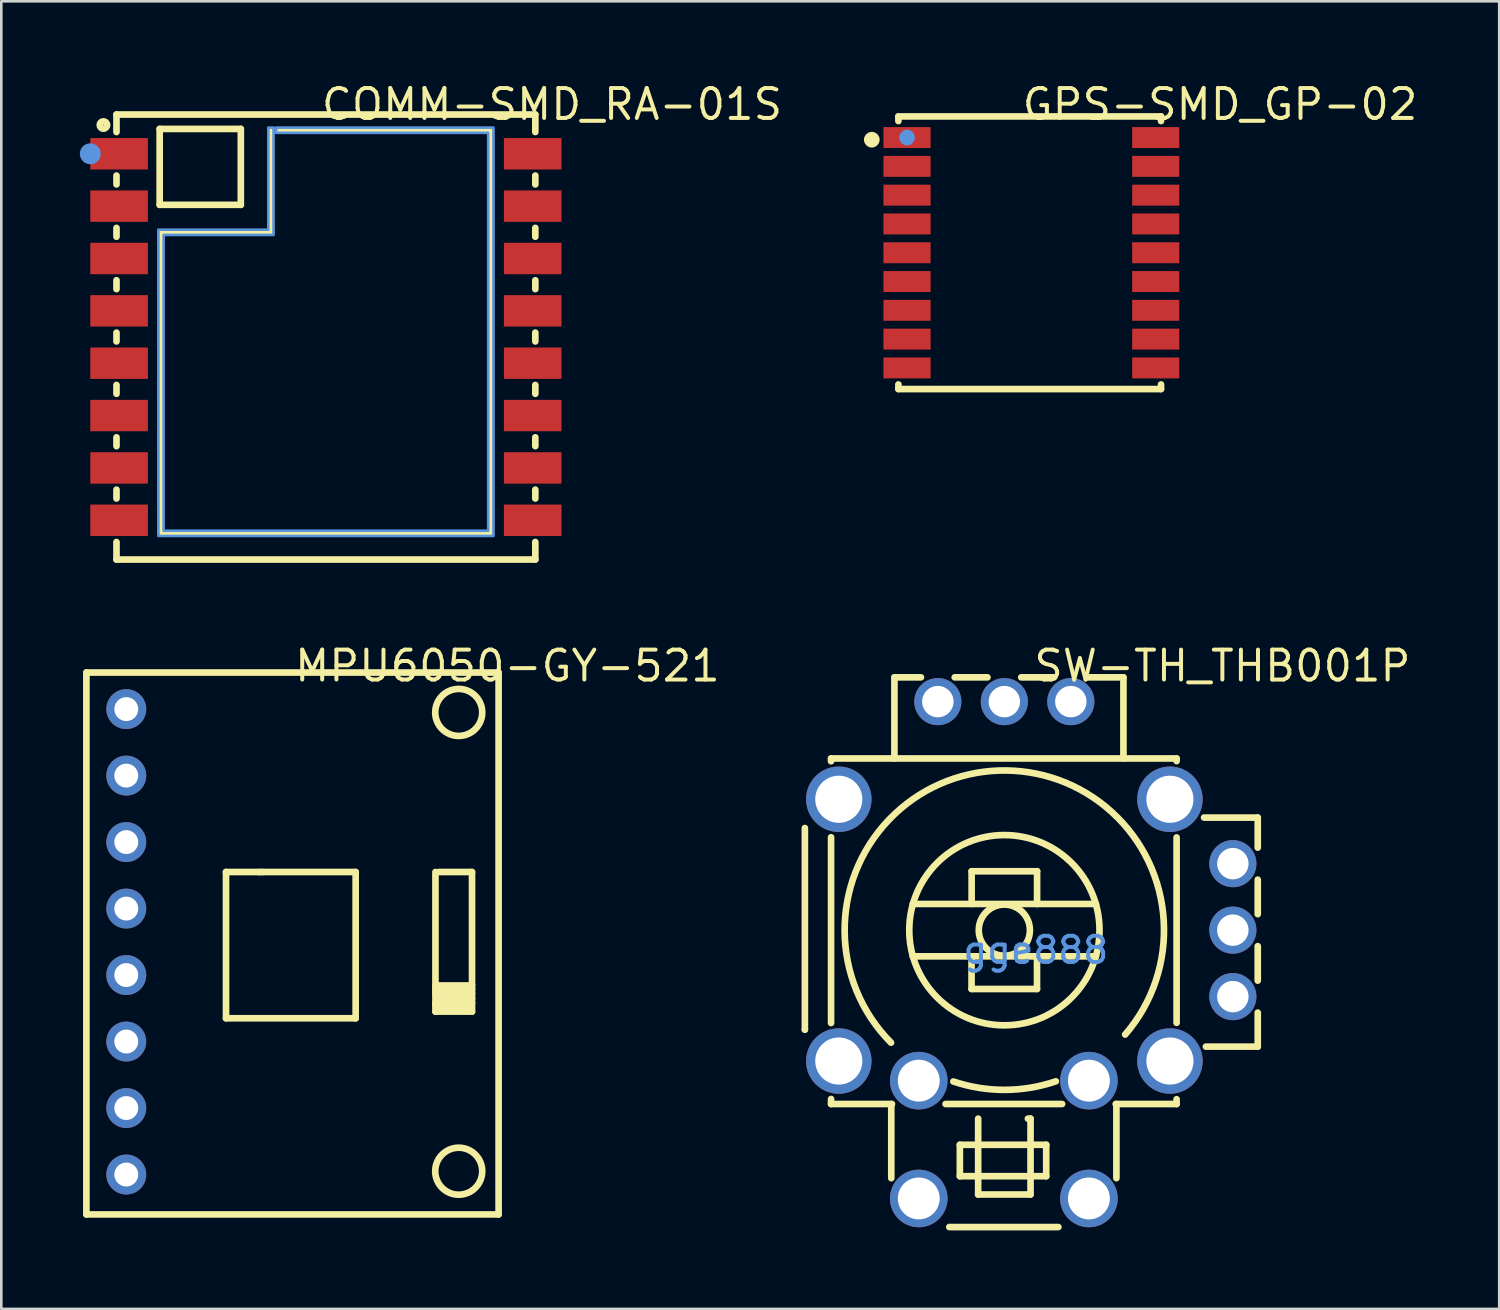
<source format=kicad_pcb>
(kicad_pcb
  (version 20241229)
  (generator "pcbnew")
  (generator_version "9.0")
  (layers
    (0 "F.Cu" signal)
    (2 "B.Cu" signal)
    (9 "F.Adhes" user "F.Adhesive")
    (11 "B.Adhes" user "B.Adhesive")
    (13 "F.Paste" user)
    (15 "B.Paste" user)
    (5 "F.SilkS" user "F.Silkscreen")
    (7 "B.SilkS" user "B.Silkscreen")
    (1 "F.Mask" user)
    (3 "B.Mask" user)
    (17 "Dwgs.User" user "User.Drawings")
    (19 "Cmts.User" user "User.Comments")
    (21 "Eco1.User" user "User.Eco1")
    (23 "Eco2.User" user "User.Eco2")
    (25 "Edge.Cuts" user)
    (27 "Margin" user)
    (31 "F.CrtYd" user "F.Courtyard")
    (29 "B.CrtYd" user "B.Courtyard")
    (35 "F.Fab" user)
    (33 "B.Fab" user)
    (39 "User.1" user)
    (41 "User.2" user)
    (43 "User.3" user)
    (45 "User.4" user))
  (footprint "COMM-SMD_RA-01S"
    (layer "F.Cu")
    (at 9.4 9.825)
    (property "Reference" "COMM-SMD_RA-01S" (at -0.254 -8.89 0) (layer "F.SilkS") (effects (font (size 1.143 1.143) (thickness 0.152)) (justify left)))
    (attr smd)
    (fp_line (start -8 -8.5) (end -8 -7.831) (stroke (width 0.254) (type solid)) (layer "F.SilkS"))
    (fp_line (start -8 -6.169) (end -8 -5.831) (stroke (width 0.254) (type solid)) (layer "F.SilkS"))
    (fp_line (start -8 -4.169) (end -8 -3.831) (stroke (width 0.254) (type solid)) (layer "F.SilkS"))
    (fp_line (start -8 -2.169) (end -8 -1.831) (stroke (width 0.254) (type solid)) (layer "F.SilkS"))
    (fp_line (start -8 -0.169) (end -8 0.169) (stroke (width 0.254) (type solid)) (layer "F.SilkS"))
    (fp_line (start -8 1.831) (end -8 2.169) (stroke (width 0.254) (type solid)) (layer "F.SilkS"))
    (fp_line (start -8 3.831) (end -8 4.169) (stroke (width 0.254) (type solid)) (layer "F.SilkS"))
    (fp_line (start -8 5.831) (end -8 6.169) (stroke (width 0.254) (type solid)) (layer "F.SilkS"))
    (fp_line (start -8 7.831) (end -8 8.5) (stroke (width 0.254) (type solid)) (layer "F.SilkS"))
    (fp_line (start -6.35 -7.95) (end -3.25 -7.95) (stroke (width 0.254) (type solid)) (layer "F.SilkS"))
    (fp_line (start -6.35 -5.05) (end -6.35 -7.95) (stroke (width 0.254) (type solid)) (layer "F.SilkS"))
    (fp_line (start -6.3 -4) (end -2.1 -4) (stroke (width 0.254) (type solid)) (layer "F.SilkS"))
    (fp_line (start -6.3 7.5) (end -6.3 -4) (stroke (width 0.254) (type solid)) (layer "F.SilkS"))
    (fp_line (start -3.25 -7.95) (end -3.25 -5.05) (stroke (width 0.254) (type solid)) (layer "F.SilkS"))
    (fp_line (start -3.25 -5.05) (end -6.35 -5.05) (stroke (width 0.254) (type solid)) (layer "F.SilkS"))
    (fp_line (start -2.1 -7.9) (end 6.3 -7.9) (stroke (width 0.254) (type solid)) (layer "F.SilkS"))
    (fp_line (start -2.1 -4) (end -2.1 -7.9) (stroke (width 0.254) (type solid)) (layer "F.SilkS"))
    (fp_line (start 6.3 -7.9) (end 6.3 7.5) (stroke (width 0.254) (type solid)) (layer "F.SilkS"))
    (fp_line (start 6.3 7.5) (end -6.3 7.5) (stroke (width 0.254) (type solid)) (layer "F.SilkS"))
    (fp_line (start 8 -8.5) (end -8 -8.5) (stroke (width 0.254) (type solid)) (layer "F.SilkS"))
    (fp_line (start 8 -8.5) (end 8 -7.831) (stroke (width 0.254) (type solid)) (layer "F.SilkS"))
    (fp_line (start 8 -6.169) (end 8 -5.831) (stroke (width 0.254) (type solid)) (layer "F.SilkS"))
    (fp_line (start 8 -4.169) (end 8 -3.831) (stroke (width 0.254) (type solid)) (layer "F.SilkS"))
    (fp_line (start 8 -2.169) (end 8 -1.831) (stroke (width 0.254) (type solid)) (layer "F.SilkS"))
    (fp_line (start 8 -0.169) (end 8 0.169) (stroke (width 0.254) (type solid)) (layer "F.SilkS"))
    (fp_line (start 8 1.831) (end 8 2.169) (stroke (width 0.254) (type solid)) (layer "F.SilkS"))
    (fp_line (start 8 3.831) (end 8 4.169) (stroke (width 0.254) (type solid)) (layer "F.SilkS"))
    (fp_line (start 8 5.831) (end 8 6.169) (stroke (width 0.254) (type solid)) (layer "F.SilkS"))
    (fp_line (start 8 7.831) (end 8 8.5) (stroke (width 0.254) (type solid)) (layer "F.SilkS"))
    (fp_line (start 8 8.5) (end -8 8.5) (stroke (width 0.254) (type solid)) (layer "F.SilkS"))
    (fp_circle (center -8.5 -8.1) (end -8.359 -8.1) (stroke (width 0.254) (type solid)) (fill no) (layer "F.SilkS"))
    (fp_circle (center -9 -7) (end -8.8 -7) (stroke (width 0.4) (type solid)) (fill no) (layer "Cmts.User"))
    (fp_poly (pts (xy 6.4 -8) (xy 6.4 7.6) (xy -6.4 7.6) (xy -6.4 -4.1) (xy -2.2 -4.1) (xy -2.2 -8) (xy -2 -8) (xy -2 -3.9) (xy -6.2 -3.9) (xy -6.2 7.4) (xy 6.2 7.4) (xy 6.2 -7.8) (xy -1.9 -7.8) (xy -1.9 -8)) (stroke (width 0.1) (type solid)) (fill no) (layer "Cmts.User"))
    (pad "1" smd rect (at -7.9 -7) (size 2.2 1.2) (layers "F.Cu" "F.Mask" "F.Paste"))
    (pad "2" smd rect (at -7.9 -5) (size 2.2 1.2) (layers "F.Cu" "F.Mask" "F.Paste"))
    (pad "3" smd rect (at -7.9 -3) (size 2.2 1.2) (layers "F.Cu" "F.Mask" "F.Paste"))
    (pad "4" smd rect (at -7.9 -1) (size 2.2 1.2) (layers "F.Cu" "F.Mask" "F.Paste"))
    (pad "5" smd rect (at -7.9 1) (size 2.2 1.2) (layers "F.Cu" "F.Mask" "F.Paste"))
    (pad "6" smd rect (at -7.9 3) (size 2.2 1.2) (layers "F.Cu" "F.Mask" "F.Paste"))
    (pad "7" smd rect (at -7.9 5) (size 2.2 1.2) (layers "F.Cu" "F.Mask" "F.Paste"))
    (pad "8" smd rect (at -7.9 7) (size 2.2 1.2) (layers "F.Cu" "F.Mask" "F.Paste"))
    (pad "9" smd rect (at 7.9 7) (size 2.2 1.2) (layers "F.Cu" "F.Mask" "F.Paste"))
    (pad "10" smd rect (at 7.9 5) (size 2.2 1.2) (layers "F.Cu" "F.Mask" "F.Paste"))
    (pad "11" smd rect (at 7.9 3) (size 2.2 1.2) (layers "F.Cu" "F.Mask" "F.Paste"))
    (pad "12" smd rect (at 7.9 1) (size 2.2 1.2) (layers "F.Cu" "F.Mask" "F.Paste"))
    (pad "13" smd rect (at 7.9 -1) (size 2.2 1.2) (layers "F.Cu" "F.Mask" "F.Paste"))
    (pad "14" smd rect (at 7.9 -3) (size 2.2 1.2) (layers "F.Cu" "F.Mask" "F.Paste"))
    (pad "15" smd rect (at 7.9 -5) (size 2.2 1.2) (layers "F.Cu" "F.Mask" "F.Paste"))
    (pad "16" smd rect (at 7.9 -7) (size 2.2 1.2) (layers "F.Cu" "F.Mask" "F.Paste")))
  (footprint "MPU6050-GY-521"
    (layer "F.Cu")
    (at 0.25 22.642)
    (property "Reference" "MPU6050-GY-521" (at 7.874 -0.254 0) (layer "F.SilkS") (effects (font (size 1.143 1.143) (thickness 0.152)) (justify left)))
    (attr through_hole)
    (fp_line (start 0 0) (end 15.748 0) (stroke (width 0.254) (type solid)) (layer "F.SilkS"))
    (fp_line (start 0 20.701) (end 0 0) (stroke (width 0.254) (type solid)) (layer "F.SilkS"))
    (fp_line (start 5.334 7.62) (end 5.334 13.208) (stroke (width 0.254) (type solid)) (layer "F.SilkS"))
    (fp_line (start 5.334 13.208) (end 10.287 13.208) (stroke (width 0.254) (type solid)) (layer "F.SilkS"))
    (fp_line (start 6.604 7.62) (end 5.334 7.62) (stroke (width 0.254) (type solid)) (layer "F.SilkS"))
    (fp_line (start 6.731 7.62) (end 6.604 7.62) (stroke (width 0.254) (type solid)) (layer "F.SilkS"))
    (fp_line (start 10.287 7.62) (end 6.731 7.62) (stroke (width 0.254) (type solid)) (layer "F.SilkS"))
    (fp_line (start 10.287 13.208) (end 10.287 7.62) (stroke (width 0.254) (type solid)) (layer "F.SilkS"))
    (fp_line (start 13.335 7.62) (end 13.335 12.954) (stroke (width 0.254) (type solid)) (layer "F.SilkS"))
    (fp_line (start 13.335 11.954) (end 14.732 11.954) (stroke (width 0.254) (type solid)) (layer "F.SilkS"))
    (fp_line (start 13.335 12.089) (end 14.732 12.089) (stroke (width 0.254) (type solid)) (layer "F.SilkS"))
    (fp_line (start 13.335 12.258) (end 14.732 12.258) (stroke (width 0.254) (type solid)) (layer "F.SilkS"))
    (fp_line (start 13.335 12.631) (end 14.732 12.631) (stroke (width 0.254) (type solid)) (layer "F.SilkS"))
    (fp_line (start 13.335 12.733) (end 14.558 12.733) (stroke (width 0.254) (type solid)) (layer "F.SilkS"))
    (fp_line (start 13.335 12.954) (end 14.732 12.954) (stroke (width 0.254) (type solid)) (layer "F.SilkS"))
    (fp_line (start 13.462 12.446) (end 14.732 12.446) (stroke (width 0.254) (type solid)) (layer "F.SilkS"))
    (fp_line (start 14.732 7.62) (end 13.462 7.62) (stroke (width 0.254) (type solid)) (layer "F.SilkS"))
    (fp_line (start 14.732 12.954) (end 14.732 7.62) (stroke (width 0.254) (type solid)) (layer "F.SilkS"))
    (fp_line (start 15.748 0) (end 15.748 20.701) (stroke (width 0.254) (type solid)) (layer "F.SilkS"))
    (fp_line (start 15.748 20.701) (end 0 20.701) (stroke (width 0.254) (type solid)) (layer "F.SilkS"))
    (fp_circle (center 14.224 1.524) (end 15.122 1.524) (stroke (width 0.254) (type solid)) (fill no) (layer "F.SilkS"))
    (fp_circle (center 14.224 19.05) (end 15.122 19.05) (stroke (width 0.254) (type solid)) (fill no) (layer "F.SilkS"))
    (pad "1" thru_hole circle (at 1.524 1.397) (size 1.524 1.524) (drill 0.914) (layers "*.Cu" "*.Paste" "*.Mask"))
    (pad "2" thru_hole circle (at 1.524 3.937) (size 1.524 1.524) (drill 0.914) (layers "*.Cu" "*.Paste" "*.Mask"))
    (pad "3" thru_hole circle (at 1.524 6.477) (size 1.524 1.524) (drill 0.914) (layers "*.Cu" "*.Paste" "*.Mask"))
    (pad "4" thru_hole circle (at 1.524 9.017) (size 1.524 1.524) (drill 0.914) (layers "*.Cu" "*.Paste" "*.Mask"))
    (pad "5" thru_hole circle (at 1.524 11.557) (size 1.524 1.524) (drill 0.914) (layers "*.Cu" "*.Paste" "*.Mask"))
    (pad "6" thru_hole circle (at 1.524 14.097) (size 1.524 1.524) (drill 0.914) (layers "*.Cu" "*.Paste" "*.Mask"))
    (pad "7" thru_hole circle (at 1.524 16.637) (size 1.524 1.524) (drill 0.914) (layers "*.Cu" "*.Paste" "*.Mask"))
    (pad "8" thru_hole circle (at 1.524 19.177) (size 1.524 1.524) (drill 0.914) (layers "*.Cu" "*.Paste" "*.Mask")))
  (footprint "GPS-SMD_GP-02"
    (layer "F.Cu")
    (at 36.35 6.605)
    (property "Reference" "GPS-SMD_GP-02" (at -0.432 -5.67 0) (layer "F.SilkS") (effects (font (size 1.143 1.143) (thickness 0.152)) (justify left)))
    (attr smd)
    (fp_line (start -5.08 -5.207) (end -5.08 -5.031) (stroke (width 0.254) (type solid)) (layer "F.SilkS"))
    (fp_line (start -5.08 -5.207) (end 4.953 -5.207) (stroke (width 0.254) (type solid)) (layer "F.SilkS"))
    (fp_line (start -5.08 5.031) (end -5.08 5.207) (stroke (width 0.254) (type solid)) (layer "F.SilkS"))
    (fp_line (start -5.08 5.207) (end 4.953 5.207) (stroke (width 0.254) (type solid)) (layer "F.SilkS"))
    (fp_line (start 4.953 -5.031) (end 4.953 -5.207) (stroke (width 0.254) (type solid)) (layer "F.SilkS"))
    (fp_line (start 4.953 5.207) (end 4.953 5.031) (stroke (width 0.254) (type solid)) (layer "F.SilkS"))
    (fp_circle (center -6.096 -4.318) (end -5.946 -4.318) (stroke (width 0.3) (type solid)) (fill no) (layer "F.SilkS"))
    (fp_circle (center -4.75 -4.4) (end -4.6 -4.4) (stroke (width 0.3) (type solid)) (fill no) (layer "Cmts.User"))
    (pad "1" smd rect (at -4.75 -4.4) (size 1.8 0.8) (layers "F.Cu" "F.Mask" "F.Paste"))
    (pad "2" smd rect (at -4.75 -3.3) (size 1.8 0.8) (layers "F.Cu" "F.Mask" "F.Paste"))
    (pad "3" smd rect (at -4.75 -2.2) (size 1.8 0.8) (layers "F.Cu" "F.Mask" "F.Paste"))
    (pad "4" smd rect (at -4.75 -1.1) (size 1.8 0.8) (layers "F.Cu" "F.Mask" "F.Paste"))
    (pad "5" smd rect (at -4.75 0) (size 1.8 0.8) (layers "F.Cu" "F.Mask" "F.Paste"))
    (pad "6" smd rect (at -4.75 1.1) (size 1.8 0.8) (layers "F.Cu" "F.Mask" "F.Paste"))
    (pad "7" smd rect (at -4.75 2.2) (size 1.8 0.8) (layers "F.Cu" "F.Mask" "F.Paste"))
    (pad "8" smd rect (at -4.75 3.3) (size 1.8 0.8) (layers "F.Cu" "F.Mask" "F.Paste"))
    (pad "9" smd rect (at -4.75 4.4) (size 1.8 0.8) (layers "F.Cu" "F.Mask" "F.Paste"))
    (pad "10" smd rect (at 4.75 4.4) (size 1.8 0.8) (layers "F.Cu" "F.Mask" "F.Paste"))
    (pad "11" smd rect (at 4.75 3.3) (size 1.8 0.8) (layers "F.Cu" "F.Mask" "F.Paste"))
    (pad "12" smd rect (at 4.75 2.2) (size 1.8 0.8) (layers "F.Cu" "F.Mask" "F.Paste"))
    (pad "13" smd rect (at 4.75 1.1) (size 1.8 0.8) (layers "F.Cu" "F.Mask" "F.Paste"))
    (pad "14" smd rect (at 4.75 0) (size 1.8 0.8) (layers "F.Cu" "F.Mask" "F.Paste"))
    (pad "15" smd rect (at 4.75 -1.1) (size 1.8 0.8) (layers "F.Cu" "F.Mask" "F.Paste"))
    (pad "16" smd rect (at 4.75 -2.2) (size 1.8 0.8) (layers "F.Cu" "F.Mask" "F.Paste"))
    (pad "17" smd rect (at 4.75 -3.3) (size 1.8 0.8) (layers "F.Cu" "F.Mask" "F.Paste"))
    (pad "18" smd rect (at 4.75 -4.4) (size 1.8 0.8) (layers "F.Cu" "F.Mask" "F.Paste")))
  (footprint "SW-TH_THB001P"
    (layer "F.Cu")
    (at 36.52 33.243)
    (property "Reference" "SW-TH_THB001P" (at -0.158 -10.855 0) (layer "F.SilkS") (effects (font (size 1.143 1.143) (thickness 0.152)) (justify left)))
    (attr through_hole)
    (fp_line (start -8.822 -4.66) (end -8.822 3.04) (stroke (width 0.254) (type solid)) (layer "F.SilkS"))
    (fp_line (start -8.822 3.04) (end -8.822 3.04) (stroke (width 0.254) (type solid)) (layer "F.SilkS"))
    (fp_line (start -7.822 -7.318) (end 5.378 -7.318) (stroke (width 0.254) (type solid)) (layer "F.SilkS"))
    (fp_line (start -7.822 -7.212) (end -7.822 -7.318) (stroke (width 0.254) (type solid)) (layer "F.SilkS"))
    (fp_line (start -7.822 2.788) (end -7.822 -4.309) (stroke (width 0.254) (type solid)) (layer "F.SilkS"))
    (fp_line (start -7.822 5.882) (end -7.822 5.691) (stroke (width 0.254) (type solid)) (layer "F.SilkS"))
    (fp_line (start -5.522 8.715) (end -5.522 5.882) (stroke (width 0.254) (type solid)) (layer "F.SilkS"))
    (fp_line (start -5.496 5.882) (end -7.822 5.882) (stroke (width 0.254) (type solid)) (layer "F.SilkS"))
    (fp_line (start -5.402 -10.418) (end -4.387 -10.418) (stroke (width 0.254) (type solid)) (layer "F.SilkS"))
    (fp_line (start -5.402 -7.318) (end -5.402 -10.418) (stroke (width 0.254) (type solid)) (layer "F.SilkS"))
    (fp_line (start -4.703 0.241) (end 2.298 0.24) (stroke (width 0.254) (type solid)) (layer "F.SilkS"))
    (fp_line (start -4.702 -1.76) (end 2.298 -1.76) (stroke (width 0.254) (type solid)) (layer "F.SilkS"))
    (fp_line (start -3.306 10.582) (end 0.862 10.582) (stroke (width 0.254) (type solid)) (layer "F.SilkS"))
    (fp_line (start -3.098 -10.418) (end -1.847 -10.418) (stroke (width 0.254) (type solid)) (layer "F.SilkS"))
    (fp_line (start -2.902 7.44) (end 0.397 7.44) (stroke (width 0.254) (type solid)) (layer "F.SilkS"))
    (fp_line (start -2.902 8.64) (end -2.902 7.44) (stroke (width 0.254) (type solid)) (layer "F.SilkS"))
    (fp_line (start -2.455 1.488) (end -2.455 0.238) (stroke (width 0.254) (type solid)) (layer "F.SilkS"))
    (fp_line (start -2.452 -3.01) (end 0.048 -3.01) (stroke (width 0.254) (type solid)) (layer "F.SilkS"))
    (fp_line (start -2.452 -1.76) (end -2.452 -3.01) (stroke (width 0.254) (type solid)) (layer "F.SilkS"))
    (fp_line (start -2.203 6.441) (end -2.203 9.339) (stroke (width 0.254) (type solid)) (layer "F.SilkS"))
    (fp_line (start -2.203 9.339) (end -0.202 9.339) (stroke (width 0.254) (type solid)) (layer "F.SilkS"))
    (fp_line (start -0.558 -10.418) (end 0.693 -10.418) (stroke (width 0.254) (type solid)) (layer "F.SilkS"))
    (fp_line (start -0.202 6.441) (end -0.303 6.441) (stroke (width 0.254) (type solid)) (layer "F.SilkS"))
    (fp_line (start -0.202 9.339) (end -0.202 6.441) (stroke (width 0.254) (type solid)) (layer "F.SilkS"))
    (fp_line (start 0.045 0.238) (end 0.045 1.488) (stroke (width 0.254) (type solid)) (layer "F.SilkS"))
    (fp_line (start 0.045 1.488) (end -2.455 1.488) (stroke (width 0.254) (type solid)) (layer "F.SilkS"))
    (fp_line (start 0.048 -3.01) (end 0.048 -1.76) (stroke (width 0.254) (type solid)) (layer "F.SilkS"))
    (fp_line (start 0.397 7.44) (end 0.397 8.64) (stroke (width 0.254) (type solid)) (layer "F.SilkS"))
    (fp_line (start 0.397 8.64) (end -2.902 8.64) (stroke (width 0.254) (type solid)) (layer "F.SilkS"))
    (fp_line (start 1.004 5.882) (end -3.448 5.882) (stroke (width 0.254) (type solid)) (layer "F.SilkS"))
    (fp_line (start 1.982 -10.418) (end 3.347 -10.418) (stroke (width 0.254) (type solid)) (layer "F.SilkS"))
    (fp_line (start 3.078 8.715) (end 3.078 5.882) (stroke (width 0.254) (type solid)) (layer "F.SilkS"))
    (fp_line (start 3.347 -7.318) (end 3.347 -10.418) (stroke (width 0.254) (type solid)) (layer "F.SilkS"))
    (fp_line (start 5.378 -7.318) (end 5.378 -7.219) (stroke (width 0.254) (type solid)) (layer "F.SilkS"))
    (fp_line (start 5.378 -4.301) (end 5.378 2.781) (stroke (width 0.254) (type solid)) (layer "F.SilkS"))
    (fp_line (start 5.378 5.699) (end 5.378 5.882) (stroke (width 0.254) (type solid)) (layer "F.SilkS"))
    (fp_line (start 5.378 5.882) (end 3.052 5.882) (stroke (width 0.254) (type solid)) (layer "F.SilkS"))
    (fp_line (start 8.478 -5.06) (end 6.427 -5.06) (stroke (width 0.254) (type solid)) (layer "F.SilkS"))
    (fp_line (start 8.478 -5.06) (end 8.478 -3.911) (stroke (width 0.254) (type solid)) (layer "F.SilkS"))
    (fp_line (start 8.478 -2.689) (end 8.478 -1.371) (stroke (width 0.254) (type solid)) (layer "F.SilkS"))
    (fp_line (start 8.478 -0.149) (end 8.478 1.169) (stroke (width 0.254) (type solid)) (layer "F.SilkS"))
    (fp_line (start 8.478 2.391) (end 8.478 3.69) (stroke (width 0.254) (type solid)) (layer "F.SilkS"))
    (fp_line (start 8.478 3.69) (end 6.498 3.69) (stroke (width 0.254) (type solid)) (layer "F.SilkS"))
    (fp_arc (start -5.531 3.539) (mid -1.414235 -6.856586) (end 3.412169 3.229136) (stroke (width 0.254) (type solid)) (layer "F.SilkS"))
    (fp_arc (start 0.766 5.015) (mid -1.192465 5.341432) (end -3.152045 5.021765) (stroke (width 0.254) (type solid)) (layer "F.SilkS"))
    (fp_circle (center -1.203 -0.76) (end -0.226 -0.76) (stroke (width 0.254) (type solid)) (fill no) (layer "F.SilkS"))
    (fp_circle (center -1.201 -0.758) (end 2.433 -0.758) (stroke (width 0.254) (type solid)) (fill no) (layer "F.SilkS"))
    (fp_text user "gge888" (at 0 0 0) (layer "Cmts.User") (effects (font (size 1 1) (thickness 0.15))))
    (pad "1" thru_hole circle (at 7.527 1.78) (size 1.8 1.8) (drill 1.2) (layers "*.Cu" "*.Paste" "*.Mask"))
    (pad "2" thru_hole circle (at 7.527 -0.76) (size 1.8 1.8) (drill 1.2) (layers "*.Cu" "*.Paste" "*.Mask"))
    (pad "3" thru_hole circle (at 7.527 -3.3) (size 1.8 1.8) (drill 1.2) (layers "*.Cu" "*.Paste" "*.Mask"))
    (pad "4" thru_hole circle (at 1.337 -9.49) (size 1.8 1.8) (drill 1.2) (layers "*.Cu" "*.Paste" "*.Mask"))
    (pad "5" thru_hole circle (at -1.203 -9.49) (size 1.8 1.8) (drill 1.2) (layers "*.Cu" "*.Paste" "*.Mask"))
    (pad "6" thru_hole circle (at -3.743 -9.49) (size 1.8 1.8) (drill 1.2) (layers "*.Cu" "*.Paste" "*.Mask"))
    (pad "7" thru_hole circle (at -7.527 -5.76) (size 2.5 2.5) (drill 1.8) (layers "*.Cu" "*.Paste" "*.Mask"))
    (pad "8" thru_hole circle (at -7.527 4.24) (size 2.5 2.5) (drill 1.8) (layers "*.Cu" "*.Paste" "*.Mask"))
    (pad "9" thru_hole circle (at 5.123 4.24) (size 2.5 2.5) (drill 1.8) (layers "*.Cu" "*.Paste" "*.Mask"))
    (pad "10" thru_hole circle (at 5.123 -5.76) (size 2.5 2.5) (drill 1.8) (layers "*.Cu" "*.Paste" "*.Mask"))
    (pad "a" thru_hole circle (at -4.472 4.99) (size 2.2 2.2) (drill 1.6) (layers "*.Cu" "*.Paste" "*.Mask"))
    (pad "b" thru_hole circle (at 2.028 4.99) (size 2.2 2.2) (drill 1.6) (layers "*.Cu" "*.Paste" "*.Mask"))
    (pad "c" thru_hole circle (at -4.472 9.49) (size 2.2 2.2) (drill 1.6) (layers "*.Cu" "*.Paste" "*.Mask"))
    (pad "d" thru_hole circle (at 2.028 9.49) (size 2.2 2.2) (drill 1.6) (layers "*.Cu" "*.Paste" "*.Mask")))
  (gr_rect
    (start -3 -3)
    (end 54.222 46.952)
    (stroke (width 0.1) (type default))
    (fill no)
    (layer "Edge.Cuts")))
</source>
